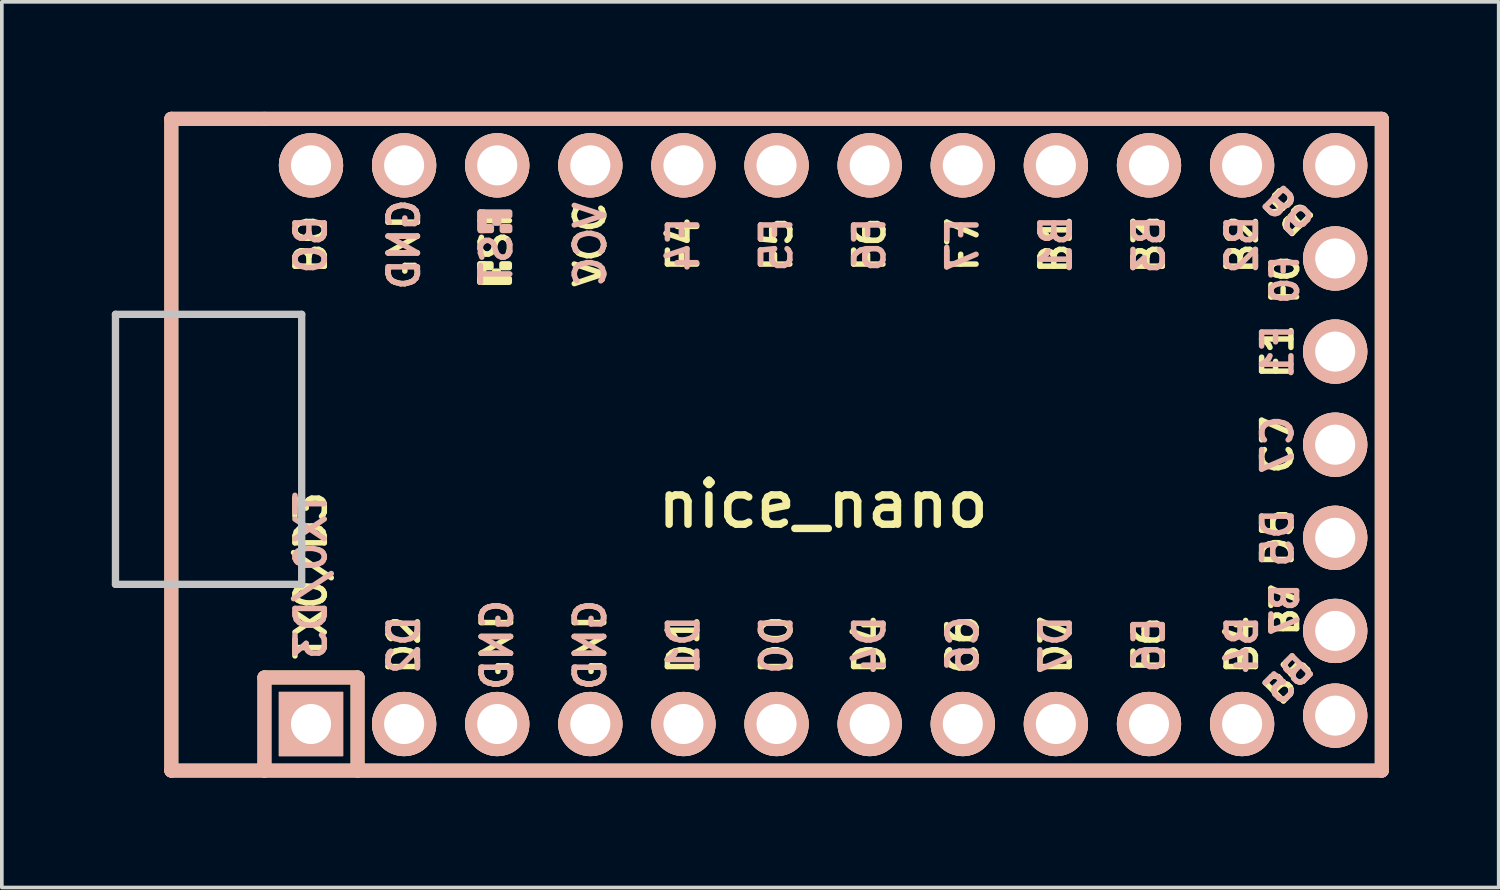
<source format=kicad_pcb>
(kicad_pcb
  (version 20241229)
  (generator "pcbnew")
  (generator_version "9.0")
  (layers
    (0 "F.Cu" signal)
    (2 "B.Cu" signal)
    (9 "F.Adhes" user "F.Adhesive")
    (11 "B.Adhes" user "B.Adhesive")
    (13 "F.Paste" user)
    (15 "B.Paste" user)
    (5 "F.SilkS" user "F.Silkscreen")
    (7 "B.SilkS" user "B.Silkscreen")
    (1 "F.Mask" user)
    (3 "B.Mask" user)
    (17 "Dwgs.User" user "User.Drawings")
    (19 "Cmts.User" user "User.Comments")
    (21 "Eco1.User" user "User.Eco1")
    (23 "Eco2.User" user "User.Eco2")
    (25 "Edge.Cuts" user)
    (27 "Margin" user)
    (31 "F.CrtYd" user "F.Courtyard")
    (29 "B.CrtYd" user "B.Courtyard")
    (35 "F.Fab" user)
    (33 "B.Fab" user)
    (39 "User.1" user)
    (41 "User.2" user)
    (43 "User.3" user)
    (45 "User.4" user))
  (footprint "nice_nano"
    (layer "F.Cu")
    (at 19.404 9.081)
    (property "Reference" "nice_nano" (at 0 1.625 180) (layer "F.SilkS") (effects (font (size 1.2 1.2) (thickness 0.203))))
    (attr through_hole)
    (fp_line (start -17.78 -8.89) (end -17.78 8.89) (stroke (width 0.381) (type solid)) (layer "F.SilkS"))
    (fp_line (start -17.78 8.89) (end -15.24 8.89) (stroke (width 0.381) (type solid)) (layer "F.SilkS"))
    (fp_line (start -15.24 -8.89) (end -17.78 -8.89) (stroke (width 0.381) (type solid)) (layer "F.SilkS"))
    (fp_line (start -15.24 6.35) (end -15.24 8.89) (stroke (width 0.381) (type solid)) (layer "F.SilkS"))
    (fp_line (start -15.24 6.35) (end -12.7 6.35) (stroke (width 0.381) (type solid)) (layer "F.SilkS"))
    (fp_line (start -15.24 8.89) (end 15.24 8.89) (stroke (width 0.381) (type solid)) (layer "F.SilkS"))
    (fp_line (start -12.7 6.35) (end -12.7 8.89) (stroke (width 0.381) (type solid)) (layer "F.SilkS"))
    (fp_line (start 15.24 -8.89) (end -15.24 -8.89) (stroke (width 0.381) (type solid)) (layer "F.SilkS"))
    (fp_line (start 15.24 8.89) (end 15.24 -8.89) (stroke (width 0.381) (type solid)) (layer "F.SilkS"))
    (fp_poly (pts (xy -9.361 -4.932) (xy -9.261 -4.932) (xy -9.261 -4.432) (xy -9.361 -4.432)) (stroke (width 0.15) (type solid)) (fill yes) (layer "F.SilkS"))
    (fp_poly (pts (xy -9.361 -4.932) (xy -9.061 -4.932) (xy -9.061 -4.832) (xy -9.361 -4.832)) (stroke (width 0.15) (type solid)) (fill yes) (layer "F.SilkS"))
    (fp_poly (pts (xy -9.361 -4.532) (xy -8.561 -4.532) (xy -8.561 -4.432) (xy -9.361 -4.432)) (stroke (width 0.15) (type solid)) (fill yes) (layer "F.SilkS"))
    (fp_poly (pts (xy -8.961 -4.732) (xy -8.861 -4.732) (xy -8.861 -4.632) (xy -8.961 -4.632)) (stroke (width 0.15) (type solid)) (fill yes) (layer "F.SilkS"))
    (fp_poly (pts (xy -8.761 -4.932) (xy -8.561 -4.932) (xy -8.561 -4.832) (xy -8.761 -4.832)) (stroke (width 0.15) (type solid)) (fill yes) (layer "F.SilkS"))
    (fp_line (start -17.78 -8.89) (end -17.78 8.89) (stroke (width 0.381) (type solid)) (layer "B.SilkS"))
    (fp_line (start -17.78 8.89) (end 15.24 8.89) (stroke (width 0.381) (type solid)) (layer "B.SilkS"))
    (fp_line (start -15.24 6.35) (end -15.24 8.89) (stroke (width 0.381) (type solid)) (layer "B.SilkS"))
    (fp_line (start -15.24 6.35) (end -12.7 6.35) (stroke (width 0.381) (type solid)) (layer "B.SilkS"))
    (fp_line (start -12.7 6.35) (end -12.7 8.89) (stroke (width 0.381) (type solid)) (layer "B.SilkS"))
    (fp_line (start 15.24 -8.89) (end -17.78 -8.89) (stroke (width 0.381) (type solid)) (layer "B.SilkS"))
    (fp_line (start 15.24 8.89) (end 15.24 -8.89) (stroke (width 0.381) (type solid)) (layer "B.SilkS"))
    (fp_poly (pts (xy -9.351 -6.245) (xy -8.551 -6.245) (xy -8.551 -6.345) (xy -9.351 -6.345)) (stroke (width 0.15) (type solid)) (fill yes) (layer "B.SilkS"))
    (fp_poly (pts (xy -9.351 -5.845) (xy -9.251 -5.845) (xy -9.251 -6.345) (xy -9.351 -6.345)) (stroke (width 0.15) (type solid)) (fill yes) (layer "B.SilkS"))
    (fp_poly (pts (xy -9.351 -5.845) (xy -9.051 -5.845) (xy -9.051 -5.945) (xy -9.351 -5.945)) (stroke (width 0.15) (type solid)) (fill yes) (layer "B.SilkS"))
    (fp_poly (pts (xy -8.951 -6.045) (xy -8.851 -6.045) (xy -8.851 -6.145) (xy -8.951 -6.145)) (stroke (width 0.15) (type solid)) (fill yes) (layer "B.SilkS"))
    (fp_poly (pts (xy -8.751 -5.845) (xy -8.551 -5.845) (xy -8.551 -5.945) (xy -8.751 -5.945)) (stroke (width 0.15) (type solid)) (fill yes) (layer "B.SilkS"))
    (fp_line (start -19.304 -3.556) (end -14.224 -3.556) (stroke (width 0.2) (type solid)) (layer "Dwgs.User"))
    (fp_line (start -19.304 3.81) (end -19.304 -3.556) (stroke (width 0.2) (type solid)) (layer "Dwgs.User"))
    (fp_line (start -14.224 -3.556) (end -14.224 3.81) (stroke (width 0.2) (type solid)) (layer "Dwgs.User"))
    (fp_line (start -14.224 3.81) (end -19.304 3.81) (stroke (width 0.2) (type solid)) (layer "Dwgs.User"))
    (fp_text user "D2" (at -11.43 5.461 90) (layer "F.SilkS") (effects (font (size 0.8 0.8) (thickness 0.15))))
    (fp_text user "B3" (at 8.89 -5.461 90) (layer "F.SilkS") (effects (font (size 0.8 0.8) (thickness 0.15))))
    (fp_text user "B4" (at 11.43 5.461 90) (layer "F.SilkS") (effects (font (size 0.8 0.8) (thickness 0.15))))
    (fp_text user "C7" (at 12.4 0 90) (layer "F.SilkS") (effects (font (size 0.8 0.8) (thickness 0.15))))
    (fp_text user "F5" (at -1.27 -5.461 90) (layer "F.SilkS") (effects (font (size 0.8 0.8) (thickness 0.15))))
    (fp_text user "B6" (at 12.7 -6.4 135) (unlocked yes) (layer "F.SilkS") (effects (font (size 0.7 0.7) (thickness 0.15))))
    (fp_text user "E6" (at 8.89 5.461 90) (layer "F.SilkS") (effects (font (size 0.8 0.8) (thickness 0.15))))
    (fp_text user "B7" (at 12.6 4.5 90) (layer "F.SilkS") (effects (font (size 0.7 0.7) (thickness 0.15))))
    (fp_text user "B0" (at -13.97 -5.461 90) (layer "F.SilkS") (effects (font (size 0.8 0.8) (thickness 0.15))))
    (fp_text user "D7" (at 6.35 5.461 90) (layer "F.SilkS") (effects (font (size 0.8 0.8) (thickness 0.15))))
    (fp_text user "B2" (at 11.43 -5.461 90) (layer "F.SilkS") (effects (font (size 0.8 0.8) (thickness 0.15))))
    (fp_text user "VCC" (at -6.35 -5.461 90) (layer "F.SilkS") (effects (font (size 0.8 0.8) (thickness 0.15))))
    (fp_text user "GND" (at -11.43 -5.461 90) (layer "F.SilkS") (effects (font (size 0.8 0.8) (thickness 0.15))))
    (fp_text user "D0" (at -1.27 5.461 90) (layer "F.SilkS") (effects (font (size 0.8 0.8) (thickness 0.15))))
    (fp_text user "F1" (at 12.4 -2.54 90) (layer "F.SilkS") (effects (font (size 0.8 0.8) (thickness 0.15))))
    (fp_text user "GND" (at -6.35 5.461 90) (layer "F.SilkS") (effects (font (size 0.8 0.8) (thickness 0.15))))
    (fp_text user "TX0/D3" (at -13.97 3.572 90) (layer "F.SilkS") (effects (font (size 0.8 0.8) (thickness 0.15))))
    (fp_text user "D1" (at -3.81 5.461 90) (layer "F.SilkS") (effects (font (size 0.8 0.8) (thickness 0.15))))
    (fp_text user "B5" (at 12.7 6.4 225) (layer "F.SilkS") (effects (font (size 0.7 0.7) (thickness 0.15))))
    (fp_text user "C6" (at 3.81 5.461 90) (layer "F.SilkS") (effects (font (size 0.8 0.8) (thickness 0.15))))
    (fp_text user "GND" (at -8.89 5.461 90) (layer "F.SilkS") (effects (font (size 0.8 0.8) (thickness 0.15))))
    (fp_text user "F0" (at 12.6 -4.5 90) (layer "F.SilkS") (effects (font (size 0.7 0.7) (thickness 0.15))))
    (fp_text user "D4" (at 1.27 5.461 90) (layer "F.SilkS") (effects (font (size 0.8 0.8) (thickness 0.15))))
    (fp_text user "F4" (at -3.81 -5.461 90) (layer "F.SilkS") (effects (font (size 0.8 0.8) (thickness 0.15))))
    (fp_text user "B1" (at 6.35 -5.461 90) (layer "F.SilkS") (effects (font (size 0.8 0.8) (thickness 0.15))))
    (fp_text user "F7" (at 3.81 -5.461 90) (layer "F.SilkS") (effects (font (size 0.8 0.8) (thickness 0.15))))
    (fp_text user "F6" (at 1.27 -5.461 90) (layer "F.SilkS") (effects (font (size 0.8 0.8) (thickness 0.15))))
    (fp_text user "D5" (at 12.4 2.54 90) (layer "F.SilkS") (effects (font (size 0.8 0.8) (thickness 0.15))))
    (fp_text user "ST" (at -8.92 -5.733 90) (layer "F.SilkS") (effects (font (size 0.8 0.8) (thickness 0.15))))
    (fp_text user "F4" (at -3.81 -5.461 90) (layer "B.SilkS") (effects (font (size 0.8 0.8) (thickness 0.15)) (justify mirror)))
    (fp_text user "B4" (at 11.43 5.461 90) (layer "B.SilkS") (effects (font (size 0.8 0.8) (thickness 0.15)) (justify mirror)))
    (fp_text user "B2" (at 11.43 -5.461 90) (layer "B.SilkS") (effects (font (size 0.8 0.8) (thickness 0.15)) (justify mirror)))
    (fp_text user "E6" (at 8.89 5.461 90) (layer "B.SilkS") (effects (font (size 0.8 0.8) (thickness 0.15)) (justify mirror)))
    (fp_text user "D1" (at -3.81 5.461 90) (layer "B.SilkS") (effects (font (size 0.8 0.8) (thickness 0.15)) (justify mirror)))
    (fp_text user "B6" (at 12.7 -6.4 135) (unlocked yes) (layer "B.SilkS") (effects (font (size 0.7 0.7) (thickness 0.15)) (justify mirror)))
    (fp_text user "D2" (at -11.43 5.461 90) (layer "B.SilkS") (effects (font (size 0.8 0.8) (thickness 0.15)) (justify mirror)))
    (fp_text user "F6" (at 1.27 -5.461 90) (layer "B.SilkS") (effects (font (size 0.8 0.8) (thickness 0.15)) (justify mirror)))
    (fp_text user "D4" (at 1.27 5.461 90) (layer "B.SilkS") (effects (font (size 0.8 0.8) (thickness 0.15)) (justify mirror)))
    (fp_text user "F5" (at -1.27 -5.461 90) (layer "B.SilkS") (effects (font (size 0.8 0.8) (thickness 0.15)) (justify mirror)))
    (fp_text user "D7" (at 6.35 5.461 90) (layer "B.SilkS") (effects (font (size 0.8 0.8) (thickness 0.15)) (justify mirror)))
    (fp_text user "B0" (at -13.97 -5.461 90) (layer "B.SilkS") (effects (font (size 0.8 0.8) (thickness 0.15)) (justify mirror)))
    (fp_text user "GND" (at -8.89 5.461 90) (layer "B.SilkS") (effects (font (size 0.8 0.8) (thickness 0.15)) (justify mirror)))
    (fp_text user "GND" (at -6.35 5.461 90) (layer "B.SilkS") (effects (font (size 0.8 0.8) (thickness 0.15)) (justify mirror)))
    (fp_text user "B1" (at 6.35 -5.461 90) (layer "B.SilkS") (effects (font (size 0.8 0.8) (thickness 0.15)) (justify mirror)))
    (fp_text user "F7" (at 3.81 -5.461 90) (layer "B.SilkS") (effects (font (size 0.8 0.8) (thickness 0.15)) (justify mirror)))
    (fp_text user "C7" (at 12.4 0 90) (layer "B.SilkS") (effects (font (size 0.8 0.8) (thickness 0.15)) (justify mirror)))
    (fp_text user "ST" (at -8.91 -5.04 90) (layer "B.SilkS") (effects (font (size 0.8 0.8) (thickness 0.15)) (justify mirror)))
    (fp_text user "B3" (at 8.89 -5.461 90) (layer "B.SilkS") (effects (font (size 0.8 0.8) (thickness 0.15)) (justify mirror)))
    (fp_text user "C6" (at 3.81 5.461 90) (layer "B.SilkS") (effects (font (size 0.8 0.8) (thickness 0.15)) (justify mirror)))
    (fp_text user "B5" (at 12.7 6.4 225) (layer "B.SilkS") (effects (font (size 0.7 0.7) (thickness 0.15)) (justify mirror)))
    (fp_text user "F0" (at 12.6 -4.5 90) (layer "B.SilkS") (effects (font (size 0.7 0.7) (thickness 0.15)) (justify mirror)))
    (fp_text user "D0" (at -1.27 5.461 90) (layer "B.SilkS") (effects (font (size 0.8 0.8) (thickness 0.15)) (justify mirror)))
    (fp_text user "GND" (at -11.43 -5.461 90) (layer "B.SilkS") (effects (font (size 0.8 0.8) (thickness 0.15)) (justify mirror)))
    (fp_text user "D5" (at 12.4 2.54 90) (layer "B.SilkS") (effects (font (size 0.8 0.8) (thickness 0.15)) (justify mirror)))
    (fp_text user "TX0/D3" (at -13.97 3.572 90) (layer "B.SilkS") (effects (font (size 0.8 0.8) (thickness 0.15)) (justify mirror)))
    (fp_text user "B7" (at 12.6 4.5 90) (layer "B.SilkS") (effects (font (size 0.7 0.7) (thickness 0.15)) (justify mirror)))
    (fp_text user "F1" (at 12.4 -2.54 90) (layer "B.SilkS") (effects (font (size 0.8 0.8) (thickness 0.15)) (justify mirror)))
    (fp_text user "VCC" (at -6.35 -5.461 90) (layer "B.SilkS") (effects (font (size 0.8 0.8) (thickness 0.15)) (justify mirror)))
    (pad "1" thru_hole rect (at -13.97 7.62) (size 1.753 1.753) (drill 1.092) (layers "*.Cu" "*.SilkS" "*.Mask"))
    (pad "2" thru_hole circle (at -11.43 7.62) (size 1.753 1.753) (drill 1.092) (layers "*.Cu" "*.SilkS" "*.Mask"))
    (pad "3" thru_hole circle (at -8.89 7.62) (size 1.753 1.753) (drill 1.092) (layers "*.Cu" "*.SilkS" "*.Mask"))
    (pad "4" thru_hole circle (at -6.35 7.62) (size 1.753 1.753) (drill 1.092) (layers "*.Cu" "*.SilkS" "*.Mask"))
    (pad "5" thru_hole circle (at -3.81 7.62) (size 1.753 1.753) (drill 1.092) (layers "*.Cu" "*.SilkS" "*.Mask"))
    (pad "6" thru_hole circle (at -1.27 7.62) (size 1.753 1.753) (drill 1.092) (layers "*.Cu" "*.SilkS" "*.Mask"))
    (pad "7" thru_hole circle (at 1.27 7.62) (size 1.753 1.753) (drill 1.092) (layers "*.Cu" "*.SilkS" "*.Mask"))
    (pad "8" thru_hole circle (at 3.81 7.62) (size 1.753 1.753) (drill 1.092) (layers "*.Cu" "*.SilkS" "*.Mask"))
    (pad "9" thru_hole circle (at 6.35 7.62) (size 1.753 1.753) (drill 1.092) (layers "*.Cu" "*.SilkS" "*.Mask"))
    (pad "10" thru_hole circle (at 8.89 7.62) (size 1.753 1.753) (drill 1.092) (layers "*.Cu" "*.SilkS" "*.Mask"))
    (pad "11" thru_hole circle (at 11.43 7.62) (size 1.753 1.753) (drill 1.092) (layers "*.Cu" "*.SilkS" "*.Mask"))
    (pad "12" thru_hole circle (at 13.97 7.391) (size 1.753 1.753) (drill 1.092) (layers "*.Cu" "*.SilkS" "*.Mask"))
    (pad "13" thru_hole circle (at 13.97 -7.62) (size 1.753 1.753) (drill 1.092) (layers "*.Cu" "*.SilkS" "*.Mask"))
    (pad "14" thru_hole circle (at 11.43 -7.62) (size 1.753 1.753) (drill 1.092) (layers "*.Cu" "*.SilkS" "*.Mask"))
    (pad "15" thru_hole circle (at 8.89 -7.62) (size 1.753 1.753) (drill 1.092) (layers "*.Cu" "*.SilkS" "*.Mask"))
    (pad "16" thru_hole circle (at 6.35 -7.62) (size 1.753 1.753) (drill 1.092) (layers "*.Cu" "*.SilkS" "*.Mask"))
    (pad "17" thru_hole circle (at 3.81 -7.62) (size 1.753 1.753) (drill 1.092) (layers "*.Cu" "*.SilkS" "*.Mask"))
    (pad "18" thru_hole circle (at 1.27 -7.62) (size 1.753 1.753) (drill 1.092) (layers "*.Cu" "*.SilkS" "*.Mask"))
    (pad "19" thru_hole circle (at -1.27 -7.62) (size 1.753 1.753) (drill 1.092) (layers "*.Cu" "*.SilkS" "*.Mask"))
    (pad "20" thru_hole circle (at -3.81 -7.62) (size 1.753 1.753) (drill 1.092) (layers "*.Cu" "*.SilkS" "*.Mask"))
    (pad "21" thru_hole circle (at -6.35 -7.62) (size 1.753 1.753) (drill 1.092) (layers "*.Cu" "*.SilkS" "*.Mask"))
    (pad "22" thru_hole circle (at -8.89 -7.62) (size 1.753 1.753) (drill 1.092) (layers "*.Cu" "*.SilkS" "*.Mask"))
    (pad "23" thru_hole circle (at -11.43 -7.62) (size 1.753 1.753) (drill 1.092) (layers "*.Cu" "*.SilkS" "*.Mask"))
    (pad "24" thru_hole circle (at -13.97 -7.62) (size 1.753 1.753) (drill 1.092) (layers "*.Cu" "*.SilkS" "*.Mask"))
    (pad "25" thru_hole circle (at 13.97 5.08) (size 1.753 1.753) (drill 1.092) (layers "*.Cu" "*.SilkS" "*.Mask"))
    (pad "26" thru_hole circle (at 13.97 2.54) (size 1.753 1.753) (drill 1.092) (layers "*.Cu" "*.SilkS" "*.Mask"))
    (pad "27" thru_hole circle (at 13.97 0) (size 1.753 1.753) (drill 1.092) (layers "*.Cu" "*.SilkS" "*.Mask"))
    (pad "28" thru_hole circle (at 13.97 -2.54) (size 1.753 1.753) (drill 1.092) (layers "*.Cu" "*.SilkS" "*.Mask"))
    (pad "29" thru_hole circle (at 13.97 -5.08) (size 1.753 1.753) (drill 1.092) (layers "*.Cu" "*.SilkS" "*.Mask")))
  (gr_rect
    (start -3 -3)
    (end 37.834 21.161)
    (stroke (width 0.1) (type default))
    (fill no)
    (layer "Edge.Cuts")))
</source>
